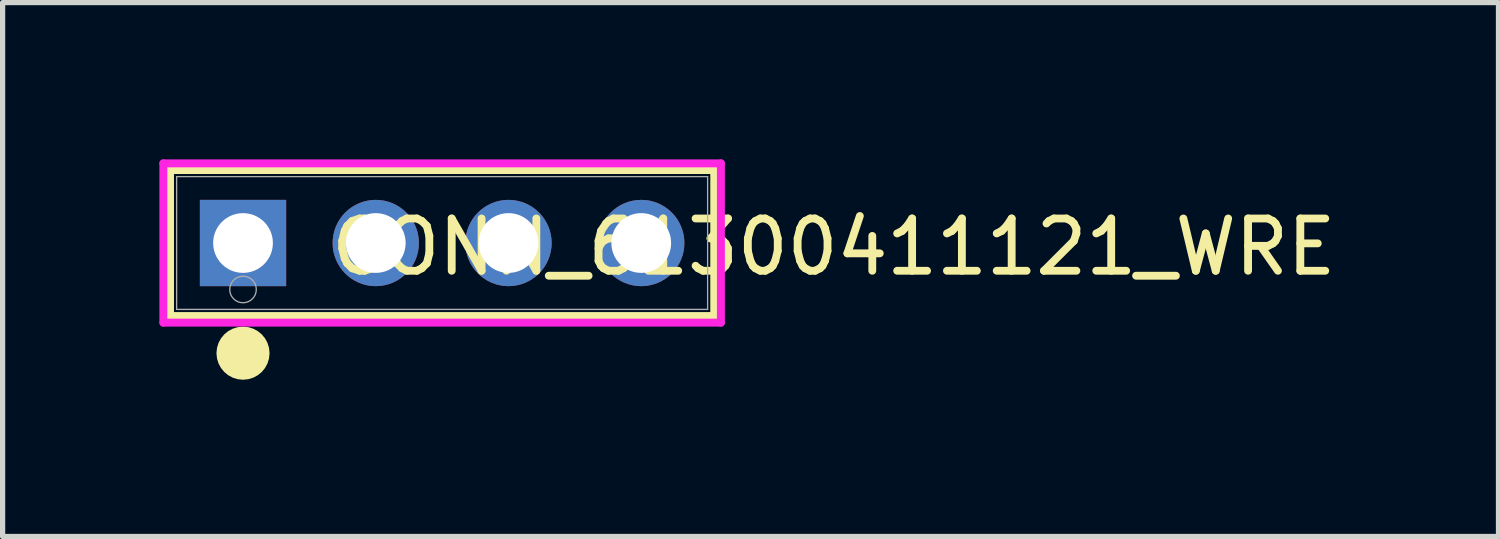
<source format=kicad_pcb>
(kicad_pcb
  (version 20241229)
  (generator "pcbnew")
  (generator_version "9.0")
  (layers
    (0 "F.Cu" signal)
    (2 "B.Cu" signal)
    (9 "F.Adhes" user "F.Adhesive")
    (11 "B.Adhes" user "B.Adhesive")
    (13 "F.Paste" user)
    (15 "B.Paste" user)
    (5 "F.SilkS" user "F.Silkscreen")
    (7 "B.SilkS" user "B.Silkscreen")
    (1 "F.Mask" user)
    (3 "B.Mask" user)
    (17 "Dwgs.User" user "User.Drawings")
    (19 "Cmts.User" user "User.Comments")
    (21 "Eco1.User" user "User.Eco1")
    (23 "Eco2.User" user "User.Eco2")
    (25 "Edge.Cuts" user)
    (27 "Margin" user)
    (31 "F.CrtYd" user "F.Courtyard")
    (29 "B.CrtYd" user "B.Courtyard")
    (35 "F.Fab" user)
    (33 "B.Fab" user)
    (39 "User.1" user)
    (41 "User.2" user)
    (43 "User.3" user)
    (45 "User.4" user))
  (footprint "CONN_61300411121_WRE"
    (layer "F.Cu")
    (at 1.6 1.6)
    (property "Reference" "CONN_61300411121_WRE" (at 11.303 0.076 0) (unlocked yes) (layer "F.SilkS") (effects (font (size 1 1) (thickness 0.15))))
    (attr through_hole)
    (fp_line (start -1.397 -1.397) (end -1.397 1.397) (stroke (width 0.152) (type solid)) (layer "F.SilkS"))
    (fp_line (start -1.397 1.397) (end 9.017 1.397) (stroke (width 0.152) (type solid)) (layer "F.SilkS"))
    (fp_line (start 9.017 -1.397) (end -1.397 -1.397) (stroke (width 0.152) (type solid)) (layer "F.SilkS"))
    (fp_line (start 9.017 1.397) (end 9.017 -1.397) (stroke (width 0.152) (type solid)) (layer "F.SilkS"))
    (fp_circle (center 0 2.108) (end 0.254 2.108) (stroke (width 0.508) (type solid)) (fill no) (layer "F.SilkS"))
    (fp_line (start -1.524 -1.524) (end -1.524 1.524) (stroke (width 0.152) (type solid)) (layer "F.CrtYd"))
    (fp_line (start -1.524 1.524) (end 9.144 1.524) (stroke (width 0.152) (type solid)) (layer "F.CrtYd"))
    (fp_line (start 9.144 -1.524) (end -1.524 -1.524) (stroke (width 0.152) (type solid)) (layer "F.CrtYd"))
    (fp_line (start 9.144 1.524) (end 9.144 -1.524) (stroke (width 0.152) (type solid)) (layer "F.CrtYd"))
    (fp_line (start -1.27 -1.27) (end -1.27 1.27) (stroke (width 0.025) (type solid)) (layer "F.Fab"))
    (fp_line (start -1.27 1.27) (end 8.89 1.27) (stroke (width 0.025) (type solid)) (layer "F.Fab"))
    (fp_line (start 8.89 -1.27) (end -1.27 -1.27) (stroke (width 0.025) (type solid)) (layer "F.Fab"))
    (fp_line (start 8.89 1.27) (end 8.89 -1.27) (stroke (width 0.025) (type solid)) (layer "F.Fab"))
    (fp_circle (center 0 0.889) (end 0.254 0.889) (stroke (width 0.025) (type solid)) (fill no) (layer "F.Fab"))
    (pad "1" thru_hole rect (at 0 0) (size 1.651 1.651) (drill 1.143) (layers "*.Cu" "*.Mask"))
    (pad "2" thru_hole circle (at 2.54 0) (size 1.651 1.651) (drill 1.143) (layers "*.Cu" "*.Mask"))
    (pad "3" thru_hole circle (at 5.08 0) (size 1.651 1.651) (drill 1.143) (layers "*.Cu" "*.Mask"))
    (pad "4" thru_hole circle (at 7.62 0) (size 1.651 1.651) (drill 1.143) (layers "*.Cu" "*.Mask")))
  (gr_rect
    (start -3 -3)
    (end 25.623 7.216)
    (stroke (width 0.1) (type default))
    (fill no)
    (layer "Edge.Cuts")))
</source>
